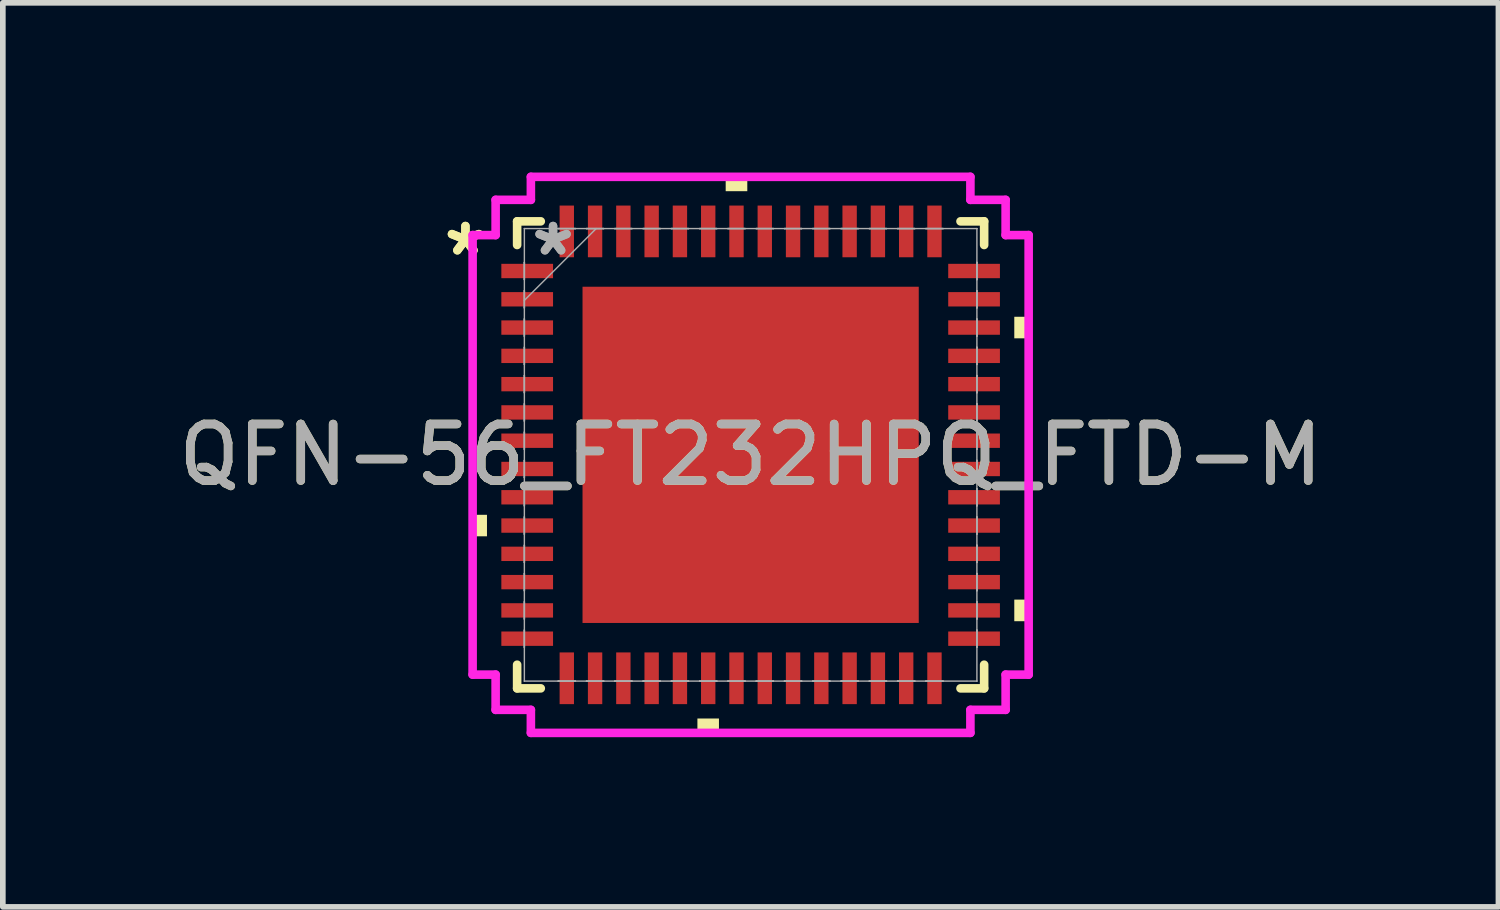
<source format=kicad_pcb>
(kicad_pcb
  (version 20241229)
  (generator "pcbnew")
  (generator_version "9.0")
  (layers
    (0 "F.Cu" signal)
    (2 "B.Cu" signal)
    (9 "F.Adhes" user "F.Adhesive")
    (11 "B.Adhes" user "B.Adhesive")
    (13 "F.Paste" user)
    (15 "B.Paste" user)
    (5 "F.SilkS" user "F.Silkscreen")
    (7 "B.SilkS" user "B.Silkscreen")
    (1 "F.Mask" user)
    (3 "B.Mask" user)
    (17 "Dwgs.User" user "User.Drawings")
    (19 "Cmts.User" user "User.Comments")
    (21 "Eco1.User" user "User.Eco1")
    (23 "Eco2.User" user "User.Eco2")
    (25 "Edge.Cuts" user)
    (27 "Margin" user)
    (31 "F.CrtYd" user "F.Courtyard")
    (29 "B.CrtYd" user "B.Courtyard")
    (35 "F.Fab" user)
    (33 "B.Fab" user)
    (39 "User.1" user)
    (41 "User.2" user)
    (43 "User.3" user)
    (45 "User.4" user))
  (footprint "QFN-56_FT232HPQ_FTD-M"
    (layer "F.Cu")
    (at 10.22 4.991)
    (property "Reference" "QFN-56_FT232HPQ_FTD-M" (at 0 0 0) (unlocked yes) (layer "F.SilkS") (effects (font (size 1 1) (thickness 0.15))))
    (attr smd)
    (fp_line (start -4.128 -4.128) (end -4.128 -3.71) (stroke (width 0.152) (type solid)) (layer "F.SilkS"))
    (fp_line (start -4.128 3.71) (end -4.128 4.128) (stroke (width 0.152) (type solid)) (layer "F.SilkS"))
    (fp_line (start -4.128 4.128) (end -3.71 4.128) (stroke (width 0.152) (type solid)) (layer "F.SilkS"))
    (fp_line (start -3.71 -4.128) (end -4.128 -4.128) (stroke (width 0.152) (type solid)) (layer "F.SilkS"))
    (fp_line (start 3.71 4.128) (end 4.128 4.128) (stroke (width 0.152) (type solid)) (layer "F.SilkS"))
    (fp_line (start 4.128 -4.128) (end 3.71 -4.128) (stroke (width 0.152) (type solid)) (layer "F.SilkS"))
    (fp_line (start 4.128 -3.71) (end 4.128 -4.128) (stroke (width 0.152) (type solid)) (layer "F.SilkS"))
    (fp_line (start 4.128 4.128) (end 4.128 3.71) (stroke (width 0.152) (type solid)) (layer "F.SilkS"))
    (fp_poly (pts (xy -4.915 1.06) (xy -4.915 1.44) (xy -4.661 1.44) (xy -4.661 1.06)) (stroke (width 0) (type solid)) (fill yes) (layer "F.SilkS"))
    (fp_poly (pts (xy -0.941 4.661) (xy -0.941 4.915) (xy -0.56 4.915) (xy -0.56 4.661)) (stroke (width 0) (type solid)) (fill yes) (layer "F.SilkS"))
    (fp_poly (pts (xy -0.441 -4.661) (xy -0.441 -4.915) (xy -0.059 -4.915) (xy -0.059 -4.661)) (stroke (width 0) (type solid)) (fill yes) (layer "F.SilkS"))
    (fp_poly (pts (xy 4.915 -2.441) (xy 4.915 -2.06) (xy 4.661 -2.06) (xy 4.661 -2.441)) (stroke (width 0) (type solid)) (fill yes) (layer "F.SilkS"))
    (fp_poly (pts (xy 4.915 2.559) (xy 4.915 2.941) (xy 4.661 2.941) (xy 4.661 2.559)) (stroke (width 0) (type solid)) (fill yes) (layer "F.SilkS"))
    (fp_poly (pts (xy -2.872 -2.872) (xy -2.872 -1.586) (xy -1.586 -1.586) (xy -1.586 -2.872)) (stroke (width 0) (type solid)) (fill yes) (layer "F.Paste"))
    (fp_poly (pts (xy -2.872 -1.386) (xy -2.872 -0.1) (xy -1.586 -0.1) (xy -1.586 -1.386)) (stroke (width 0) (type solid)) (fill yes) (layer "F.Paste"))
    (fp_poly (pts (xy -2.872 0.1) (xy -2.872 1.386) (xy -1.586 1.386) (xy -1.586 0.1)) (stroke (width 0) (type solid)) (fill yes) (layer "F.Paste"))
    (fp_poly (pts (xy -2.872 1.586) (xy -2.872 2.872) (xy -1.586 2.872) (xy -1.586 1.586)) (stroke (width 0) (type solid)) (fill yes) (layer "F.Paste"))
    (fp_poly (pts (xy -1.386 -2.872) (xy -1.386 -1.586) (xy -0.1 -1.586) (xy -0.1 -2.872)) (stroke (width 0) (type solid)) (fill yes) (layer "F.Paste"))
    (fp_poly (pts (xy -1.386 -1.386) (xy -1.386 -0.1) (xy -0.1 -0.1) (xy -0.1 -1.386)) (stroke (width 0) (type solid)) (fill yes) (layer "F.Paste"))
    (fp_poly (pts (xy -1.386 0.1) (xy -1.386 1.386) (xy -0.1 1.386) (xy -0.1 0.1)) (stroke (width 0) (type solid)) (fill yes) (layer "F.Paste"))
    (fp_poly (pts (xy -1.386 1.586) (xy -1.386 2.872) (xy -0.1 2.872) (xy -0.1 1.586)) (stroke (width 0) (type solid)) (fill yes) (layer "F.Paste"))
    (fp_poly (pts (xy 0.1 -2.872) (xy 0.1 -1.586) (xy 1.386 -1.586) (xy 1.386 -2.872)) (stroke (width 0) (type solid)) (fill yes) (layer "F.Paste"))
    (fp_poly (pts (xy 0.1 -1.386) (xy 0.1 -0.1) (xy 1.386 -0.1) (xy 1.386 -1.386)) (stroke (width 0) (type solid)) (fill yes) (layer "F.Paste"))
    (fp_poly (pts (xy 0.1 0.1) (xy 0.1 1.386) (xy 1.386 1.386) (xy 1.386 0.1)) (stroke (width 0) (type solid)) (fill yes) (layer "F.Paste"))
    (fp_poly (pts (xy 0.1 1.586) (xy 0.1 2.872) (xy 1.386 2.872) (xy 1.386 1.586)) (stroke (width 0) (type solid)) (fill yes) (layer "F.Paste"))
    (fp_poly (pts (xy 1.586 -2.872) (xy 1.586 -1.586) (xy 2.872 -1.586) (xy 2.872 -2.872)) (stroke (width 0) (type solid)) (fill yes) (layer "F.Paste"))
    (fp_poly (pts (xy 1.586 -1.386) (xy 1.586 -0.1) (xy 2.872 -0.1) (xy 2.872 -1.386)) (stroke (width 0) (type solid)) (fill yes) (layer "F.Paste"))
    (fp_poly (pts (xy 1.586 0.1) (xy 1.586 1.386) (xy 2.872 1.386) (xy 2.872 0.1)) (stroke (width 0) (type solid)) (fill yes) (layer "F.Paste"))
    (fp_poly (pts (xy 1.586 1.586) (xy 1.586 2.872) (xy 2.872 2.872) (xy 2.872 1.586)) (stroke (width 0) (type solid)) (fill yes) (layer "F.Paste"))
    (fp_line (start -4.915 -3.885) (end -4.508 -3.885) (stroke (width 0.152) (type solid)) (layer "F.CrtYd"))
    (fp_line (start -4.915 3.885) (end -4.915 -3.885) (stroke (width 0.152) (type solid)) (layer "F.CrtYd"))
    (fp_line (start -4.508 -4.508) (end -3.885 -4.508) (stroke (width 0.152) (type solid)) (layer "F.CrtYd"))
    (fp_line (start -4.508 -3.885) (end -4.508 -4.508) (stroke (width 0.152) (type solid)) (layer "F.CrtYd"))
    (fp_line (start -4.508 3.885) (end -4.915 3.885) (stroke (width 0.152) (type solid)) (layer "F.CrtYd"))
    (fp_line (start -4.508 4.508) (end -4.508 3.885) (stroke (width 0.152) (type solid)) (layer "F.CrtYd"))
    (fp_line (start -3.885 -4.915) (end 3.885 -4.915) (stroke (width 0.152) (type solid)) (layer "F.CrtYd"))
    (fp_line (start -3.885 -4.508) (end -3.885 -4.915) (stroke (width 0.152) (type solid)) (layer "F.CrtYd"))
    (fp_line (start -3.885 4.508) (end -4.508 4.508) (stroke (width 0.152) (type solid)) (layer "F.CrtYd"))
    (fp_line (start -3.885 4.915) (end -3.885 4.508) (stroke (width 0.152) (type solid)) (layer "F.CrtYd"))
    (fp_line (start 3.885 -4.915) (end 3.885 -4.508) (stroke (width 0.152) (type solid)) (layer "F.CrtYd"))
    (fp_line (start 3.885 -4.508) (end 4.508 -4.508) (stroke (width 0.152) (type solid)) (layer "F.CrtYd"))
    (fp_line (start 3.885 4.508) (end 3.885 4.915) (stroke (width 0.152) (type solid)) (layer "F.CrtYd"))
    (fp_line (start 3.885 4.915) (end -3.885 4.915) (stroke (width 0.152) (type solid)) (layer "F.CrtYd"))
    (fp_line (start 4.508 -4.508) (end 4.508 -3.885) (stroke (width 0.152) (type solid)) (layer "F.CrtYd"))
    (fp_line (start 4.508 -3.885) (end 4.915 -3.885) (stroke (width 0.152) (type solid)) (layer "F.CrtYd"))
    (fp_line (start 4.508 3.885) (end 4.508 4.508) (stroke (width 0.152) (type solid)) (layer "F.CrtYd"))
    (fp_line (start 4.508 4.508) (end 3.885 4.508) (stroke (width 0.152) (type solid)) (layer "F.CrtYd"))
    (fp_line (start 4.915 -3.885) (end 4.915 3.885) (stroke (width 0.152) (type solid)) (layer "F.CrtYd"))
    (fp_line (start 4.915 3.885) (end 4.508 3.885) (stroke (width 0.152) (type solid)) (layer "F.CrtYd"))
    (fp_line (start -4 -4) (end -4 -4) (stroke (width 0.025) (type solid)) (layer "F.Fab"))
    (fp_line (start -4 -4) (end -4 4) (stroke (width 0.025) (type solid)) (layer "F.Fab"))
    (fp_line (start -4 -3.402) (end -4 -3.402) (stroke (width 0.025) (type solid)) (layer "F.Fab"))
    (fp_line (start -4 -3.402) (end -4 -3.098) (stroke (width 0.025) (type solid)) (layer "F.Fab"))
    (fp_line (start -4 -3.098) (end -4 -3.402) (stroke (width 0.025) (type solid)) (layer "F.Fab"))
    (fp_line (start -4 -3.098) (end -4 -3.098) (stroke (width 0.025) (type solid)) (layer "F.Fab"))
    (fp_line (start -4 -2.902) (end -4 -2.902) (stroke (width 0.025) (type solid)) (layer "F.Fab"))
    (fp_line (start -4 -2.902) (end -4 -2.598) (stroke (width 0.025) (type solid)) (layer "F.Fab"))
    (fp_line (start -4 -2.731) (end -2.731 -4) (stroke (width 0.025) (type solid)) (layer "F.Fab"))
    (fp_line (start -4 -2.598) (end -4 -2.902) (stroke (width 0.025) (type solid)) (layer "F.Fab"))
    (fp_line (start -4 -2.598) (end -4 -2.598) (stroke (width 0.025) (type solid)) (layer "F.Fab"))
    (fp_line (start -4 -2.402) (end -4 -2.402) (stroke (width 0.025) (type solid)) (layer "F.Fab"))
    (fp_line (start -4 -2.402) (end -4 -2.098) (stroke (width 0.025) (type solid)) (layer "F.Fab"))
    (fp_line (start -4 -2.098) (end -4 -2.402) (stroke (width 0.025) (type solid)) (layer "F.Fab"))
    (fp_line (start -4 -2.098) (end -4 -2.098) (stroke (width 0.025) (type solid)) (layer "F.Fab"))
    (fp_line (start -4 -1.902) (end -4 -1.902) (stroke (width 0.025) (type solid)) (layer "F.Fab"))
    (fp_line (start -4 -1.902) (end -4 -1.598) (stroke (width 0.025) (type solid)) (layer "F.Fab"))
    (fp_line (start -4 -1.598) (end -4 -1.902) (stroke (width 0.025) (type solid)) (layer "F.Fab"))
    (fp_line (start -4 -1.598) (end -4 -1.598) (stroke (width 0.025) (type solid)) (layer "F.Fab"))
    (fp_line (start -4 -1.402) (end -4 -1.402) (stroke (width 0.025) (type solid)) (layer "F.Fab"))
    (fp_line (start -4 -1.402) (end -4 -1.098) (stroke (width 0.025) (type solid)) (layer "F.Fab"))
    (fp_line (start -4 -1.098) (end -4 -1.402) (stroke (width 0.025) (type solid)) (layer "F.Fab"))
    (fp_line (start -4 -1.098) (end -4 -1.098) (stroke (width 0.025) (type solid)) (layer "F.Fab"))
    (fp_line (start -4 -0.902) (end -4 -0.902) (stroke (width 0.025) (type solid)) (layer "F.Fab"))
    (fp_line (start -4 -0.902) (end -4 -0.598) (stroke (width 0.025) (type solid)) (layer "F.Fab"))
    (fp_line (start -4 -0.598) (end -4 -0.902) (stroke (width 0.025) (type solid)) (layer "F.Fab"))
    (fp_line (start -4 -0.598) (end -4 -0.598) (stroke (width 0.025) (type solid)) (layer "F.Fab"))
    (fp_line (start -4 -0.402) (end -4 -0.402) (stroke (width 0.025) (type solid)) (layer "F.Fab"))
    (fp_line (start -4 -0.402) (end -4 -0.098) (stroke (width 0.025) (type solid)) (layer "F.Fab"))
    (fp_line (start -4 -0.098) (end -4 -0.402) (stroke (width 0.025) (type solid)) (layer "F.Fab"))
    (fp_line (start -4 -0.098) (end -4 -0.098) (stroke (width 0.025) (type solid)) (layer "F.Fab"))
    (fp_line (start -4 0.098) (end -4 0.098) (stroke (width 0.025) (type solid)) (layer "F.Fab"))
    (fp_line (start -4 0.098) (end -4 0.402) (stroke (width 0.025) (type solid)) (layer "F.Fab"))
    (fp_line (start -4 0.402) (end -4 0.098) (stroke (width 0.025) (type solid)) (layer "F.Fab"))
    (fp_line (start -4 0.402) (end -4 0.402) (stroke (width 0.025) (type solid)) (layer "F.Fab"))
    (fp_line (start -4 0.598) (end -4 0.598) (stroke (width 0.025) (type solid)) (layer "F.Fab"))
    (fp_line (start -4 0.598) (end -4 0.902) (stroke (width 0.025) (type solid)) (layer "F.Fab"))
    (fp_line (start -4 0.902) (end -4 0.598) (stroke (width 0.025) (type solid)) (layer "F.Fab"))
    (fp_line (start -4 0.902) (end -4 0.902) (stroke (width 0.025) (type solid)) (layer "F.Fab"))
    (fp_line (start -4 1.098) (end -4 1.098) (stroke (width 0.025) (type solid)) (layer "F.Fab"))
    (fp_line (start -4 1.098) (end -4 1.402) (stroke (width 0.025) (type solid)) (layer "F.Fab"))
    (fp_line (start -4 1.402) (end -4 1.098) (stroke (width 0.025) (type solid)) (layer "F.Fab"))
    (fp_line (start -4 1.402) (end -4 1.402) (stroke (width 0.025) (type solid)) (layer "F.Fab"))
    (fp_line (start -4 1.598) (end -4 1.598) (stroke (width 0.025) (type solid)) (layer "F.Fab"))
    (fp_line (start -4 1.598) (end -4 1.902) (stroke (width 0.025) (type solid)) (layer "F.Fab"))
    (fp_line (start -4 1.902) (end -4 1.598) (stroke (width 0.025) (type solid)) (layer "F.Fab"))
    (fp_line (start -4 1.902) (end -4 1.902) (stroke (width 0.025) (type solid)) (layer "F.Fab"))
    (fp_line (start -4 2.098) (end -4 2.098) (stroke (width 0.025) (type solid)) (layer "F.Fab"))
    (fp_line (start -4 2.098) (end -4 2.402) (stroke (width 0.025) (type solid)) (layer "F.Fab"))
    (fp_line (start -4 2.402) (end -4 2.098) (stroke (width 0.025) (type solid)) (layer "F.Fab"))
    (fp_line (start -4 2.402) (end -4 2.402) (stroke (width 0.025) (type solid)) (layer "F.Fab"))
    (fp_line (start -4 2.598) (end -4 2.598) (stroke (width 0.025) (type solid)) (layer "F.Fab"))
    (fp_line (start -4 2.598) (end -4 2.902) (stroke (width 0.025) (type solid)) (layer "F.Fab"))
    (fp_line (start -4 2.902) (end -4 2.598) (stroke (width 0.025) (type solid)) (layer "F.Fab"))
    (fp_line (start -4 2.902) (end -4 2.902) (stroke (width 0.025) (type solid)) (layer "F.Fab"))
    (fp_line (start -4 3.098) (end -4 3.098) (stroke (width 0.025) (type solid)) (layer "F.Fab"))
    (fp_line (start -4 3.098) (end -4 3.402) (stroke (width 0.025) (type solid)) (layer "F.Fab"))
    (fp_line (start -4 3.402) (end -4 3.098) (stroke (width 0.025) (type solid)) (layer "F.Fab"))
    (fp_line (start -4 3.402) (end -4 3.402) (stroke (width 0.025) (type solid)) (layer "F.Fab"))
    (fp_line (start -4 4) (end -4 4) (stroke (width 0.025) (type solid)) (layer "F.Fab"))
    (fp_line (start -4 4) (end 4 4) (stroke (width 0.025) (type solid)) (layer "F.Fab"))
    (fp_line (start -3.402 -4) (end -3.402 -4) (stroke (width 0.025) (type solid)) (layer "F.Fab"))
    (fp_line (start -3.402 -4) (end -3.098 -4) (stroke (width 0.025) (type solid)) (layer "F.Fab"))
    (fp_line (start -3.402 4) (end -3.402 4) (stroke (width 0.025) (type solid)) (layer "F.Fab"))
    (fp_line (start -3.402 4) (end -3.098 4) (stroke (width 0.025) (type solid)) (layer "F.Fab"))
    (fp_line (start -3.098 -4) (end -3.402 -4) (stroke (width 0.025) (type solid)) (layer "F.Fab"))
    (fp_line (start -3.098 -4) (end -3.098 -4) (stroke (width 0.025) (type solid)) (layer "F.Fab"))
    (fp_line (start -3.098 4) (end -3.402 4) (stroke (width 0.025) (type solid)) (layer "F.Fab"))
    (fp_line (start -3.098 4) (end -3.098 4) (stroke (width 0.025) (type solid)) (layer "F.Fab"))
    (fp_line (start -2.902 -4) (end -2.902 -4) (stroke (width 0.025) (type solid)) (layer "F.Fab"))
    (fp_line (start -2.902 -4) (end -2.598 -4) (stroke (width 0.025) (type solid)) (layer "F.Fab"))
    (fp_line (start -2.902 4) (end -2.902 4) (stroke (width 0.025) (type solid)) (layer "F.Fab"))
    (fp_line (start -2.902 4) (end -2.598 4) (stroke (width 0.025) (type solid)) (layer "F.Fab"))
    (fp_line (start -2.598 -4) (end -2.902 -4) (stroke (width 0.025) (type solid)) (layer "F.Fab"))
    (fp_line (start -2.598 -4) (end -2.598 -4) (stroke (width 0.025) (type solid)) (layer "F.Fab"))
    (fp_line (start -2.598 4) (end -2.902 4) (stroke (width 0.025) (type solid)) (layer "F.Fab"))
    (fp_line (start -2.598 4) (end -2.598 4) (stroke (width 0.025) (type solid)) (layer "F.Fab"))
    (fp_line (start -2.402 -4) (end -2.402 -4) (stroke (width 0.025) (type solid)) (layer "F.Fab"))
    (fp_line (start -2.402 -4) (end -2.098 -4) (stroke (width 0.025) (type solid)) (layer "F.Fab"))
    (fp_line (start -2.402 4) (end -2.402 4) (stroke (width 0.025) (type solid)) (layer "F.Fab"))
    (fp_line (start -2.402 4) (end -2.098 4) (stroke (width 0.025) (type solid)) (layer "F.Fab"))
    (fp_line (start -2.098 -4) (end -2.402 -4) (stroke (width 0.025) (type solid)) (layer "F.Fab"))
    (fp_line (start -2.098 -4) (end -2.098 -4) (stroke (width 0.025) (type solid)) (layer "F.Fab"))
    (fp_line (start -2.098 4) (end -2.402 4) (stroke (width 0.025) (type solid)) (layer "F.Fab"))
    (fp_line (start -2.098 4) (end -2.098 4) (stroke (width 0.025) (type solid)) (layer "F.Fab"))
    (fp_line (start -1.902 -4) (end -1.902 -4) (stroke (width 0.025) (type solid)) (layer "F.Fab"))
    (fp_line (start -1.902 -4) (end -1.598 -4) (stroke (width 0.025) (type solid)) (layer "F.Fab"))
    (fp_line (start -1.902 4) (end -1.902 4) (stroke (width 0.025) (type solid)) (layer "F.Fab"))
    (fp_line (start -1.902 4) (end -1.598 4) (stroke (width 0.025) (type solid)) (layer "F.Fab"))
    (fp_line (start -1.598 -4) (end -1.902 -4) (stroke (width 0.025) (type solid)) (layer "F.Fab"))
    (fp_line (start -1.598 -4) (end -1.598 -4) (stroke (width 0.025) (type solid)) (layer "F.Fab"))
    (fp_line (start -1.598 4) (end -1.902 4) (stroke (width 0.025) (type solid)) (layer "F.Fab"))
    (fp_line (start -1.598 4) (end -1.598 4) (stroke (width 0.025) (type solid)) (layer "F.Fab"))
    (fp_line (start -1.402 -4) (end -1.402 -4) (stroke (width 0.025) (type solid)) (layer "F.Fab"))
    (fp_line (start -1.402 -4) (end -1.098 -4) (stroke (width 0.025) (type solid)) (layer "F.Fab"))
    (fp_line (start -1.402 4) (end -1.402 4) (stroke (width 0.025) (type solid)) (layer "F.Fab"))
    (fp_line (start -1.402 4) (end -1.098 4) (stroke (width 0.025) (type solid)) (layer "F.Fab"))
    (fp_line (start -1.098 -4) (end -1.402 -4) (stroke (width 0.025) (type solid)) (layer "F.Fab"))
    (fp_line (start -1.098 -4) (end -1.098 -4) (stroke (width 0.025) (type solid)) (layer "F.Fab"))
    (fp_line (start -1.098 4) (end -1.402 4) (stroke (width 0.025) (type solid)) (layer "F.Fab"))
    (fp_line (start -1.098 4) (end -1.098 4) (stroke (width 0.025) (type solid)) (layer "F.Fab"))
    (fp_line (start -0.902 -4) (end -0.902 -4) (stroke (width 0.025) (type solid)) (layer "F.Fab"))
    (fp_line (start -0.902 -4) (end -0.598 -4) (stroke (width 0.025) (type solid)) (layer "F.Fab"))
    (fp_line (start -0.902 4) (end -0.902 4) (stroke (width 0.025) (type solid)) (layer "F.Fab"))
    (fp_line (start -0.902 4) (end -0.598 4) (stroke (width 0.025) (type solid)) (layer "F.Fab"))
    (fp_line (start -0.598 -4) (end -0.902 -4) (stroke (width 0.025) (type solid)) (layer "F.Fab"))
    (fp_line (start -0.598 -4) (end -0.598 -4) (stroke (width 0.025) (type solid)) (layer "F.Fab"))
    (fp_line (start -0.598 4) (end -0.902 4) (stroke (width 0.025) (type solid)) (layer "F.Fab"))
    (fp_line (start -0.598 4) (end -0.598 4) (stroke (width 0.025) (type solid)) (layer "F.Fab"))
    (fp_line (start -0.402 -4) (end -0.402 -4) (stroke (width 0.025) (type solid)) (layer "F.Fab"))
    (fp_line (start -0.402 -4) (end -0.098 -4) (stroke (width 0.025) (type solid)) (layer "F.Fab"))
    (fp_line (start -0.402 4) (end -0.402 4) (stroke (width 0.025) (type solid)) (layer "F.Fab"))
    (fp_line (start -0.402 4) (end -0.098 4) (stroke (width 0.025) (type solid)) (layer "F.Fab"))
    (fp_line (start -0.098 -4) (end -0.402 -4) (stroke (width 0.025) (type solid)) (layer "F.Fab"))
    (fp_line (start -0.098 -4) (end -0.098 -4) (stroke (width 0.025) (type solid)) (layer "F.Fab"))
    (fp_line (start -0.098 4) (end -0.402 4) (stroke (width 0.025) (type solid)) (layer "F.Fab"))
    (fp_line (start -0.098 4) (end -0.098 4) (stroke (width 0.025) (type solid)) (layer "F.Fab"))
    (fp_line (start 0.098 -4) (end 0.098 -4) (stroke (width 0.025) (type solid)) (layer "F.Fab"))
    (fp_line (start 0.098 -4) (end 0.402 -4) (stroke (width 0.025) (type solid)) (layer "F.Fab"))
    (fp_line (start 0.098 4) (end 0.098 4) (stroke (width 0.025) (type solid)) (layer "F.Fab"))
    (fp_line (start 0.098 4) (end 0.402 4) (stroke (width 0.025) (type solid)) (layer "F.Fab"))
    (fp_line (start 0.402 -4) (end 0.098 -4) (stroke (width 0.025) (type solid)) (layer "F.Fab"))
    (fp_line (start 0.402 -4) (end 0.402 -4) (stroke (width 0.025) (type solid)) (layer "F.Fab"))
    (fp_line (start 0.402 4) (end 0.098 4) (stroke (width 0.025) (type solid)) (layer "F.Fab"))
    (fp_line (start 0.402 4) (end 0.402 4) (stroke (width 0.025) (type solid)) (layer "F.Fab"))
    (fp_line (start 0.598 -4) (end 0.598 -4) (stroke (width 0.025) (type solid)) (layer "F.Fab"))
    (fp_line (start 0.598 -4) (end 0.902 -4) (stroke (width 0.025) (type solid)) (layer "F.Fab"))
    (fp_line (start 0.598 4) (end 0.598 4) (stroke (width 0.025) (type solid)) (layer "F.Fab"))
    (fp_line (start 0.598 4) (end 0.902 4) (stroke (width 0.025) (type solid)) (layer "F.Fab"))
    (fp_line (start 0.902 -4) (end 0.598 -4) (stroke (width 0.025) (type solid)) (layer "F.Fab"))
    (fp_line (start 0.902 -4) (end 0.902 -4) (stroke (width 0.025) (type solid)) (layer "F.Fab"))
    (fp_line (start 0.902 4) (end 0.598 4) (stroke (width 0.025) (type solid)) (layer "F.Fab"))
    (fp_line (start 0.902 4) (end 0.902 4) (stroke (width 0.025) (type solid)) (layer "F.Fab"))
    (fp_line (start 1.098 -4) (end 1.098 -4) (stroke (width 0.025) (type solid)) (layer "F.Fab"))
    (fp_line (start 1.098 -4) (end 1.402 -4) (stroke (width 0.025) (type solid)) (layer "F.Fab"))
    (fp_line (start 1.098 4) (end 1.098 4) (stroke (width 0.025) (type solid)) (layer "F.Fab"))
    (fp_line (start 1.098 4) (end 1.402 4) (stroke (width 0.025) (type solid)) (layer "F.Fab"))
    (fp_line (start 1.402 -4) (end 1.098 -4) (stroke (width 0.025) (type solid)) (layer "F.Fab"))
    (fp_line (start 1.402 -4) (end 1.402 -4) (stroke (width 0.025) (type solid)) (layer "F.Fab"))
    (fp_line (start 1.402 4) (end 1.098 4) (stroke (width 0.025) (type solid)) (layer "F.Fab"))
    (fp_line (start 1.402 4) (end 1.402 4) (stroke (width 0.025) (type solid)) (layer "F.Fab"))
    (fp_line (start 1.598 -4) (end 1.598 -4) (stroke (width 0.025) (type solid)) (layer "F.Fab"))
    (fp_line (start 1.598 -4) (end 1.902 -4) (stroke (width 0.025) (type solid)) (layer "F.Fab"))
    (fp_line (start 1.598 4) (end 1.598 4) (stroke (width 0.025) (type solid)) (layer "F.Fab"))
    (fp_line (start 1.598 4) (end 1.902 4) (stroke (width 0.025) (type solid)) (layer "F.Fab"))
    (fp_line (start 1.902 -4) (end 1.598 -4) (stroke (width 0.025) (type solid)) (layer "F.Fab"))
    (fp_line (start 1.902 -4) (end 1.902 -4) (stroke (width 0.025) (type solid)) (layer "F.Fab"))
    (fp_line (start 1.902 4) (end 1.598 4) (stroke (width 0.025) (type solid)) (layer "F.Fab"))
    (fp_line (start 1.902 4) (end 1.902 4) (stroke (width 0.025) (type solid)) (layer "F.Fab"))
    (fp_line (start 2.098 -4) (end 2.098 -4) (stroke (width 0.025) (type solid)) (layer "F.Fab"))
    (fp_line (start 2.098 -4) (end 2.402 -4) (stroke (width 0.025) (type solid)) (layer "F.Fab"))
    (fp_line (start 2.098 4) (end 2.098 4) (stroke (width 0.025) (type solid)) (layer "F.Fab"))
    (fp_line (start 2.098 4) (end 2.402 4) (stroke (width 0.025) (type solid)) (layer "F.Fab"))
    (fp_line (start 2.402 -4) (end 2.098 -4) (stroke (width 0.025) (type solid)) (layer "F.Fab"))
    (fp_line (start 2.402 -4) (end 2.402 -4) (stroke (width 0.025) (type solid)) (layer "F.Fab"))
    (fp_line (start 2.402 4) (end 2.098 4) (stroke (width 0.025) (type solid)) (layer "F.Fab"))
    (fp_line (start 2.402 4) (end 2.402 4) (stroke (width 0.025) (type solid)) (layer "F.Fab"))
    (fp_line (start 2.598 -4) (end 2.598 -4) (stroke (width 0.025) (type solid)) (layer "F.Fab"))
    (fp_line (start 2.598 -4) (end 2.902 -4) (stroke (width 0.025) (type solid)) (layer "F.Fab"))
    (fp_line (start 2.598 4) (end 2.598 4) (stroke (width 0.025) (type solid)) (layer "F.Fab"))
    (fp_line (start 2.598 4) (end 2.902 4) (stroke (width 0.025) (type solid)) (layer "F.Fab"))
    (fp_line (start 2.902 -4) (end 2.598 -4) (stroke (width 0.025) (type solid)) (layer "F.Fab"))
    (fp_line (start 2.902 -4) (end 2.902 -4) (stroke (width 0.025) (type solid)) (layer "F.Fab"))
    (fp_line (start 2.902 4) (end 2.598 4) (stroke (width 0.025) (type solid)) (layer "F.Fab"))
    (fp_line (start 2.902 4) (end 2.902 4) (stroke (width 0.025) (type solid)) (layer "F.Fab"))
    (fp_line (start 3.098 -4) (end 3.098 -4) (stroke (width 0.025) (type solid)) (layer "F.Fab"))
    (fp_line (start 3.098 -4) (end 3.402 -4) (stroke (width 0.025) (type solid)) (layer "F.Fab"))
    (fp_line (start 3.098 4) (end 3.098 4) (stroke (width 0.025) (type solid)) (layer "F.Fab"))
    (fp_line (start 3.098 4) (end 3.402 4) (stroke (width 0.025) (type solid)) (layer "F.Fab"))
    (fp_line (start 3.402 -4) (end 3.098 -4) (stroke (width 0.025) (type solid)) (layer "F.Fab"))
    (fp_line (start 3.402 -4) (end 3.402 -4) (stroke (width 0.025) (type solid)) (layer "F.Fab"))
    (fp_line (start 3.402 4) (end 3.098 4) (stroke (width 0.025) (type solid)) (layer "F.Fab"))
    (fp_line (start 3.402 4) (end 3.402 4) (stroke (width 0.025) (type solid)) (layer "F.Fab"))
    (fp_line (start 4 -4) (end -4 -4) (stroke (width 0.025) (type solid)) (layer "F.Fab"))
    (fp_line (start 4 -4) (end 4 -4) (stroke (width 0.025) (type solid)) (layer "F.Fab"))
    (fp_line (start 4 -3.402) (end 4 -3.402) (stroke (width 0.025) (type solid)) (layer "F.Fab"))
    (fp_line (start 4 -3.402) (end 4 -3.098) (stroke (width 0.025) (type solid)) (layer "F.Fab"))
    (fp_line (start 4 -3.098) (end 4 -3.402) (stroke (width 0.025) (type solid)) (layer "F.Fab"))
    (fp_line (start 4 -3.098) (end 4 -3.098) (stroke (width 0.025) (type solid)) (layer "F.Fab"))
    (fp_line (start 4 -2.902) (end 4 -2.902) (stroke (width 0.025) (type solid)) (layer "F.Fab"))
    (fp_line (start 4 -2.902) (end 4 -2.598) (stroke (width 0.025) (type solid)) (layer "F.Fab"))
    (fp_line (start 4 -2.598) (end 4 -2.902) (stroke (width 0.025) (type solid)) (layer "F.Fab"))
    (fp_line (start 4 -2.598) (end 4 -2.598) (stroke (width 0.025) (type solid)) (layer "F.Fab"))
    (fp_line (start 4 -2.402) (end 4 -2.402) (stroke (width 0.025) (type solid)) (layer "F.Fab"))
    (fp_line (start 4 -2.402) (end 4 -2.098) (stroke (width 0.025) (type solid)) (layer "F.Fab"))
    (fp_line (start 4 -2.098) (end 4 -2.402) (stroke (width 0.025) (type solid)) (layer "F.Fab"))
    (fp_line (start 4 -2.098) (end 4 -2.098) (stroke (width 0.025) (type solid)) (layer "F.Fab"))
    (fp_line (start 4 -1.902) (end 4 -1.902) (stroke (width 0.025) (type solid)) (layer "F.Fab"))
    (fp_line (start 4 -1.902) (end 4 -1.598) (stroke (width 0.025) (type solid)) (layer "F.Fab"))
    (fp_line (start 4 -1.598) (end 4 -1.902) (stroke (width 0.025) (type solid)) (layer "F.Fab"))
    (fp_line (start 4 -1.598) (end 4 -1.598) (stroke (width 0.025) (type solid)) (layer "F.Fab"))
    (fp_line (start 4 -1.402) (end 4 -1.402) (stroke (width 0.025) (type solid)) (layer "F.Fab"))
    (fp_line (start 4 -1.402) (end 4 -1.098) (stroke (width 0.025) (type solid)) (layer "F.Fab"))
    (fp_line (start 4 -1.098) (end 4 -1.402) (stroke (width 0.025) (type solid)) (layer "F.Fab"))
    (fp_line (start 4 -1.098) (end 4 -1.098) (stroke (width 0.025) (type solid)) (layer "F.Fab"))
    (fp_line (start 4 -0.902) (end 4 -0.902) (stroke (width 0.025) (type solid)) (layer "F.Fab"))
    (fp_line (start 4 -0.902) (end 4 -0.598) (stroke (width 0.025) (type solid)) (layer "F.Fab"))
    (fp_line (start 4 -0.598) (end 4 -0.902) (stroke (width 0.025) (type solid)) (layer "F.Fab"))
    (fp_line (start 4 -0.598) (end 4 -0.598) (stroke (width 0.025) (type solid)) (layer "F.Fab"))
    (fp_line (start 4 -0.402) (end 4 -0.402) (stroke (width 0.025) (type solid)) (layer "F.Fab"))
    (fp_line (start 4 -0.402) (end 4 -0.098) (stroke (width 0.025) (type solid)) (layer "F.Fab"))
    (fp_line (start 4 -0.098) (end 4 -0.402) (stroke (width 0.025) (type solid)) (layer "F.Fab"))
    (fp_line (start 4 -0.098) (end 4 -0.098) (stroke (width 0.025) (type solid)) (layer "F.Fab"))
    (fp_line (start 4 0.098) (end 4 0.098) (stroke (width 0.025) (type solid)) (layer "F.Fab"))
    (fp_line (start 4 0.098) (end 4 0.402) (stroke (width 0.025) (type solid)) (layer "F.Fab"))
    (fp_line (start 4 0.402) (end 4 0.098) (stroke (width 0.025) (type solid)) (layer "F.Fab"))
    (fp_line (start 4 0.402) (end 4 0.402) (stroke (width 0.025) (type solid)) (layer "F.Fab"))
    (fp_line (start 4 0.598) (end 4 0.598) (stroke (width 0.025) (type solid)) (layer "F.Fab"))
    (fp_line (start 4 0.598) (end 4 0.902) (stroke (width 0.025) (type solid)) (layer "F.Fab"))
    (fp_line (start 4 0.902) (end 4 0.598) (stroke (width 0.025) (type solid)) (layer "F.Fab"))
    (fp_line (start 4 0.902) (end 4 0.902) (stroke (width 0.025) (type solid)) (layer "F.Fab"))
    (fp_line (start 4 1.098) (end 4 1.098) (stroke (width 0.025) (type solid)) (layer "F.Fab"))
    (fp_line (start 4 1.098) (end 4 1.402) (stroke (width 0.025) (type solid)) (layer "F.Fab"))
    (fp_line (start 4 1.402) (end 4 1.098) (stroke (width 0.025) (type solid)) (layer "F.Fab"))
    (fp_line (start 4 1.402) (end 4 1.402) (stroke (width 0.025) (type solid)) (layer "F.Fab"))
    (fp_line (start 4 1.598) (end 4 1.598) (stroke (width 0.025) (type solid)) (layer "F.Fab"))
    (fp_line (start 4 1.598) (end 4 1.902) (stroke (width 0.025) (type solid)) (layer "F.Fab"))
    (fp_line (start 4 1.902) (end 4 1.598) (stroke (width 0.025) (type solid)) (layer "F.Fab"))
    (fp_line (start 4 1.902) (end 4 1.902) (stroke (width 0.025) (type solid)) (layer "F.Fab"))
    (fp_line (start 4 2.098) (end 4 2.098) (stroke (width 0.025) (type solid)) (layer "F.Fab"))
    (fp_line (start 4 2.098) (end 4 2.402) (stroke (width 0.025) (type solid)) (layer "F.Fab"))
    (fp_line (start 4 2.402) (end 4 2.098) (stroke (width 0.025) (type solid)) (layer "F.Fab"))
    (fp_line (start 4 2.402) (end 4 2.402) (stroke (width 0.025) (type solid)) (layer "F.Fab"))
    (fp_line (start 4 2.598) (end 4 2.598) (stroke (width 0.025) (type solid)) (layer "F.Fab"))
    (fp_line (start 4 2.598) (end 4 2.902) (stroke (width 0.025) (type solid)) (layer "F.Fab"))
    (fp_line (start 4 2.902) (end 4 2.598) (stroke (width 0.025) (type solid)) (layer "F.Fab"))
    (fp_line (start 4 2.902) (end 4 2.902) (stroke (width 0.025) (type solid)) (layer "F.Fab"))
    (fp_line (start 4 3.098) (end 4 3.098) (stroke (width 0.025) (type solid)) (layer "F.Fab"))
    (fp_line (start 4 3.098) (end 4 3.402) (stroke (width 0.025) (type solid)) (layer "F.Fab"))
    (fp_line (start 4 3.402) (end 4 3.098) (stroke (width 0.025) (type solid)) (layer "F.Fab"))
    (fp_line (start 4 3.402) (end 4 3.402) (stroke (width 0.025) (type solid)) (layer "F.Fab"))
    (fp_line (start 4 4) (end 4 -4) (stroke (width 0.025) (type solid)) (layer "F.Fab"))
    (fp_line (start 4 4) (end 4 4) (stroke (width 0.025) (type solid)) (layer "F.Fab"))
    (fp_text user "*" (at -5.042 -3.5 0) (unlocked yes) (layer "F.SilkS") (effects (font (size 1 1) (thickness 0.15))))
    (fp_text user "*" (at -5.042 -3.5 0) (layer "F.SilkS") (effects (font (size 1 1) (thickness 0.15))))
    (fp_text user "${REFERENCE}" (at 0 0 0) (unlocked yes) (layer "F.Fab") (effects (font (size 1 1) (thickness 0.15))))
    (fp_text user "*" (at -3.493 -3.5 0) (unlocked yes) (layer "F.Fab") (effects (font (size 1 1) (thickness 0.15))))
    (fp_text user "*" (at -3.493 -3.5 0) (layer "F.Fab") (effects (font (size 1 1) (thickness 0.15))))
    (pad "1" smd rect (at -3.95 -3.25 90) (size 0.254 0.914) (layers "F.Cu" "F.Mask" "F.Paste"))
    (pad "2" smd rect (at -3.95 -2.75 90) (size 0.254 0.914) (layers "F.Cu" "F.Mask" "F.Paste"))
    (pad "3" smd rect (at -3.95 -2.25 90) (size 0.254 0.914) (layers "F.Cu" "F.Mask" "F.Paste"))
    (pad "4" smd rect (at -3.95 -1.75 90) (size 0.254 0.914) (layers "F.Cu" "F.Mask" "F.Paste"))
    (pad "5" smd rect (at -3.95 -1.25 90) (size 0.254 0.914) (layers "F.Cu" "F.Mask" "F.Paste"))
    (pad "6" smd rect (at -3.95 -0.75 90) (size 0.254 0.914) (layers "F.Cu" "F.Mask" "F.Paste"))
    (pad "7" smd rect (at -3.95 -0.25 90) (size 0.254 0.914) (layers "F.Cu" "F.Mask" "F.Paste"))
    (pad "8" smd rect (at -3.95 0.25 90) (size 0.254 0.914) (layers "F.Cu" "F.Mask" "F.Paste"))
    (pad "9" smd rect (at -3.95 0.75 90) (size 0.254 0.914) (layers "F.Cu" "F.Mask" "F.Paste"))
    (pad "10" smd rect (at -3.95 1.25 90) (size 0.254 0.914) (layers "F.Cu" "F.Mask" "F.Paste"))
    (pad "11" smd rect (at -3.95 1.75 90) (size 0.254 0.914) (layers "F.Cu" "F.Mask" "F.Paste"))
    (pad "12" smd rect (at -3.95 2.25 90) (size 0.254 0.914) (layers "F.Cu" "F.Mask" "F.Paste"))
    (pad "13" smd rect (at -3.95 2.75 90) (size 0.254 0.914) (layers "F.Cu" "F.Mask" "F.Paste"))
    (pad "14" smd rect (at -3.95 3.25 90) (size 0.254 0.914) (layers "F.Cu" "F.Mask" "F.Paste"))
    (pad "15" smd rect (at -3.25 3.95) (size 0.254 0.914) (layers "F.Cu" "F.Mask" "F.Paste"))
    (pad "16" smd rect (at -2.75 3.95) (size 0.254 0.914) (layers "F.Cu" "F.Mask" "F.Paste"))
    (pad "17" smd rect (at -2.25 3.95) (size 0.254 0.914) (layers "F.Cu" "F.Mask" "F.Paste"))
    (pad "18" smd rect (at -1.75 3.95) (size 0.254 0.914) (layers "F.Cu" "F.Mask" "F.Paste"))
    (pad "19" smd rect (at -1.25 3.95) (size 0.254 0.914) (layers "F.Cu" "F.Mask" "F.Paste"))
    (pad "20" smd rect (at -0.75 3.95) (size 0.254 0.914) (layers "F.Cu" "F.Mask" "F.Paste"))
    (pad "21" smd rect (at -0.25 3.95) (size 0.254 0.914) (layers "F.Cu" "F.Mask" "F.Paste"))
    (pad "22" smd rect (at 0.25 3.95) (size 0.254 0.914) (layers "F.Cu" "F.Mask" "F.Paste"))
    (pad "23" smd rect (at 0.75 3.95) (size 0.254 0.914) (layers "F.Cu" "F.Mask" "F.Paste"))
    (pad "24" smd rect (at 1.25 3.95) (size 0.254 0.914) (layers "F.Cu" "F.Mask" "F.Paste"))
    (pad "25" smd rect (at 1.75 3.95) (size 0.254 0.914) (layers "F.Cu" "F.Mask" "F.Paste"))
    (pad "26" smd rect (at 2.25 3.95) (size 0.254 0.914) (layers "F.Cu" "F.Mask" "F.Paste"))
    (pad "27" smd rect (at 2.75 3.95) (size 0.254 0.914) (layers "F.Cu" "F.Mask" "F.Paste"))
    (pad "28" smd rect (at 3.25 3.95) (size 0.254 0.914) (layers "F.Cu" "F.Mask" "F.Paste"))
    (pad "29" smd rect (at 3.95 3.25 90) (size 0.254 0.914) (layers "F.Cu" "F.Mask" "F.Paste"))
    (pad "30" smd rect (at 3.95 2.75 90) (size 0.254 0.914) (layers "F.Cu" "F.Mask" "F.Paste"))
    (pad "31" smd rect (at 3.95 2.25 90) (size 0.254 0.914) (layers "F.Cu" "F.Mask" "F.Paste"))
    (pad "32" smd rect (at 3.95 1.75 90) (size 0.254 0.914) (layers "F.Cu" "F.Mask" "F.Paste"))
    (pad "33" smd rect (at 3.95 1.25 90) (size 0.254 0.914) (layers "F.Cu" "F.Mask" "F.Paste"))
    (pad "34" smd rect (at 3.95 0.75 90) (size 0.254 0.914) (layers "F.Cu" "F.Mask" "F.Paste"))
    (pad "35" smd rect (at 3.95 0.25 90) (size 0.254 0.914) (layers "F.Cu" "F.Mask" "F.Paste"))
    (pad "36" smd rect (at 3.95 -0.25 90) (size 0.254 0.914) (layers "F.Cu" "F.Mask" "F.Paste"))
    (pad "37" smd rect (at 3.95 -0.75 90) (size 0.254 0.914) (layers "F.Cu" "F.Mask" "F.Paste"))
    (pad "38" smd rect (at 3.95 -1.25 90) (size 0.254 0.914) (layers "F.Cu" "F.Mask" "F.Paste"))
    (pad "39" smd rect (at 3.95 -1.75 90) (size 0.254 0.914) (layers "F.Cu" "F.Mask" "F.Paste"))
    (pad "40" smd rect (at 3.95 -2.25 90) (size 0.254 0.914) (layers "F.Cu" "F.Mask" "F.Paste"))
    (pad "41" smd rect (at 3.95 -2.75 90) (size 0.254 0.914) (layers "F.Cu" "F.Mask" "F.Paste"))
    (pad "42" smd rect (at 3.95 -3.25 90) (size 0.254 0.914) (layers "F.Cu" "F.Mask" "F.Paste"))
    (pad "43" smd rect (at 3.25 -3.95) (size 0.254 0.914) (layers "F.Cu" "F.Mask" "F.Paste"))
    (pad "44" smd rect (at 2.75 -3.95) (size 0.254 0.914) (layers "F.Cu" "F.Mask" "F.Paste"))
    (pad "45" smd rect (at 2.25 -3.95) (size 0.254 0.914) (layers "F.Cu" "F.Mask" "F.Paste"))
    (pad "46" smd rect (at 1.75 -3.95) (size 0.254 0.914) (layers "F.Cu" "F.Mask" "F.Paste"))
    (pad "47" smd rect (at 1.25 -3.95) (size 0.254 0.914) (layers "F.Cu" "F.Mask" "F.Paste"))
    (pad "48" smd rect (at 0.75 -3.95) (size 0.254 0.914) (layers "F.Cu" "F.Mask" "F.Paste"))
    (pad "49" smd rect (at 0.25 -3.95) (size 0.254 0.914) (layers "F.Cu" "F.Mask" "F.Paste"))
    (pad "50" smd rect (at -0.25 -3.95) (size 0.254 0.914) (layers "F.Cu" "F.Mask" "F.Paste"))
    (pad "51" smd rect (at -0.75 -3.95) (size 0.254 0.914) (layers "F.Cu" "F.Mask" "F.Paste"))
    (pad "52" smd rect (at -1.25 -3.95) (size 0.254 0.914) (layers "F.Cu" "F.Mask" "F.Paste"))
    (pad "53" smd rect (at -1.75 -3.95) (size 0.254 0.914) (layers "F.Cu" "F.Mask" "F.Paste"))
    (pad "54" smd rect (at -2.25 -3.95) (size 0.254 0.914) (layers "F.Cu" "F.Mask" "F.Paste"))
    (pad "55" smd rect (at -2.75 -3.95) (size 0.254 0.914) (layers "F.Cu" "F.Mask" "F.Paste"))
    (pad "56" smd rect (at -3.25 -3.95) (size 0.254 0.914) (layers "F.Cu" "F.Mask" "F.Paste"))
    (pad "57" smd rect (at 0 0) (size 5.944 5.944) (layers "F.Cu" "F.Mask" "F.Paste")))
  (gr_rect
    (start -3 -3)
    (end 23.44 12.982)
    (stroke (width 0.1) (type default))
    (fill no)
    (layer "Edge.Cuts")))
</source>
